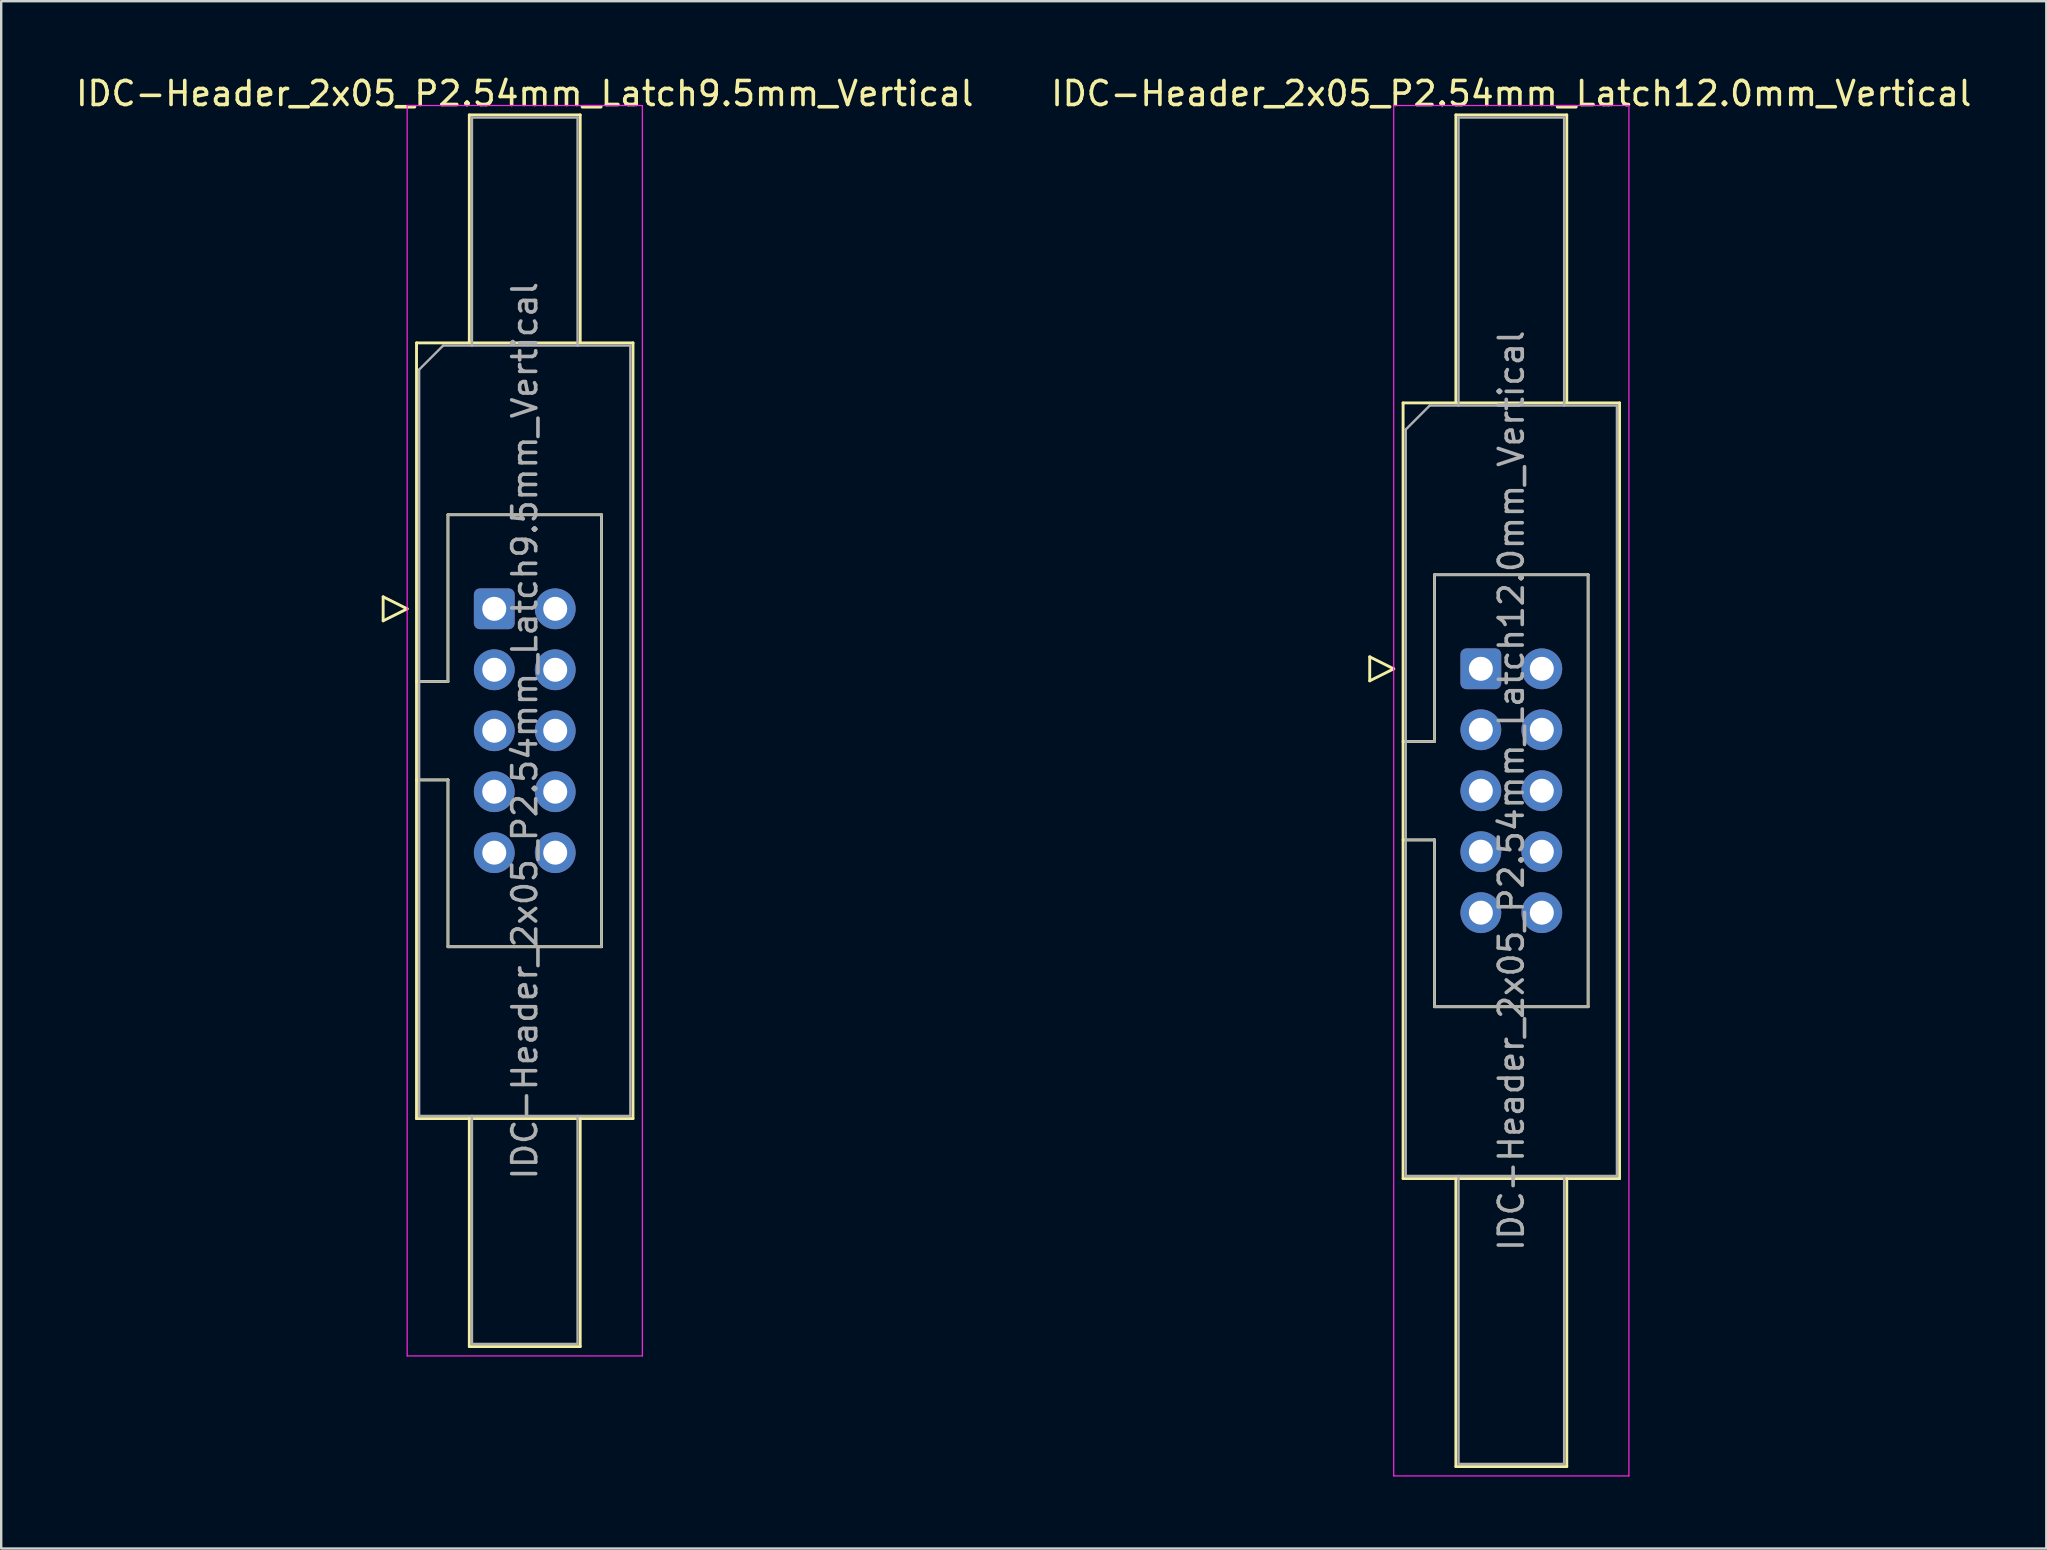
<source format=kicad_pcb>
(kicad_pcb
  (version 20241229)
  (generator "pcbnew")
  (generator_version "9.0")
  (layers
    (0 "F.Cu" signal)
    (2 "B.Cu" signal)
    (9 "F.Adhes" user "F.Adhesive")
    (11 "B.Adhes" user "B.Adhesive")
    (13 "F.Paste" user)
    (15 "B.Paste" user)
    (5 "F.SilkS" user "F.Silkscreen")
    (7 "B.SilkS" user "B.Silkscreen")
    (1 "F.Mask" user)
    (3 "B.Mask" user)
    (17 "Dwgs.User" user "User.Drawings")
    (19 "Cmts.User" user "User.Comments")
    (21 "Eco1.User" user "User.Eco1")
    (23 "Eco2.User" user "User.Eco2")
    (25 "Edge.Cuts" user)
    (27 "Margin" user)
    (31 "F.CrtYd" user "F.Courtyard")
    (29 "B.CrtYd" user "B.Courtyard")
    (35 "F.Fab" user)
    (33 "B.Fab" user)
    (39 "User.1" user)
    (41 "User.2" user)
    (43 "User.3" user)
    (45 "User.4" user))
  (footprint "IDC-Header_2x05_P2.54mm_Latch9.5mm_Vertical"
    (layer "F.Cu")
    (at 17.545 22.318)
    (property "Reference" "IDC-Header_2x05_P2.54mm_Latch9.5mm_Vertical" (at 1.27 -21.47 0) (layer "F.SilkS") (effects (font (size 1 1) (thickness 0.15))))
    (attr through_hole)
    (fp_line (start -4.63 -0.5) (end -4.63 0.5) (stroke (width 0.12) (type solid)) (layer "F.SilkS"))
    (fp_line (start -4.63 0.5) (end -3.63 0) (stroke (width 0.12) (type solid)) (layer "F.SilkS"))
    (fp_line (start -3.63 0) (end -4.63 -0.5) (stroke (width 0.12) (type solid)) (layer "F.SilkS"))
    (fp_line (start -3.24 -11.08) (end 5.78 -11.08) (stroke (width 0.12) (type solid)) (layer "F.SilkS"))
    (fp_line (start -3.24 3.03) (end -1.93 3.03) (stroke (width 0.12) (type solid)) (layer "F.SilkS"))
    (fp_line (start -3.24 21.24) (end -3.24 -11.08) (stroke (width 0.12) (type solid)) (layer "F.SilkS"))
    (fp_line (start -1.93 -3.92) (end 4.47 -3.92) (stroke (width 0.12) (type solid)) (layer "F.SilkS"))
    (fp_line (start -1.93 3.03) (end -1.93 -3.92) (stroke (width 0.12) (type solid)) (layer "F.SilkS"))
    (fp_line (start -1.93 7.13) (end -3.24 7.13) (stroke (width 0.12) (type solid)) (layer "F.SilkS"))
    (fp_line (start -1.93 7.13) (end -1.93 7.13) (stroke (width 0.12) (type solid)) (layer "F.SilkS"))
    (fp_line (start -1.93 14.08) (end -1.93 7.13) (stroke (width 0.12) (type solid)) (layer "F.SilkS"))
    (fp_line (start -1.04 -20.58) (end 3.58 -20.58) (stroke (width 0.12) (type solid)) (layer "F.SilkS"))
    (fp_line (start -1.04 -11.08) (end -1.04 -20.58) (stroke (width 0.12) (type solid)) (layer "F.SilkS"))
    (fp_line (start -1.04 21.24) (end -1.04 30.74) (stroke (width 0.12) (type solid)) (layer "F.SilkS"))
    (fp_line (start -1.04 30.74) (end 3.58 30.74) (stroke (width 0.12) (type solid)) (layer "F.SilkS"))
    (fp_line (start 3.58 -20.58) (end 3.58 -11.08) (stroke (width 0.12) (type solid)) (layer "F.SilkS"))
    (fp_line (start 3.58 30.74) (end 3.58 21.24) (stroke (width 0.12) (type solid)) (layer "F.SilkS"))
    (fp_line (start 4.47 -3.92) (end 4.47 14.08) (stroke (width 0.12) (type solid)) (layer "F.SilkS"))
    (fp_line (start 4.47 14.08) (end -1.93 14.08) (stroke (width 0.12) (type solid)) (layer "F.SilkS"))
    (fp_line (start 5.78 -11.08) (end 5.78 21.24) (stroke (width 0.12) (type solid)) (layer "F.SilkS"))
    (fp_line (start 5.78 21.24) (end -3.24 21.24) (stroke (width 0.12) (type solid)) (layer "F.SilkS"))
    (fp_line (start -3.63 -20.97) (end -3.63 31.13) (stroke (width 0.05) (type solid)) (layer "F.CrtYd"))
    (fp_line (start -3.63 31.13) (end 6.17 31.13) (stroke (width 0.05) (type solid)) (layer "F.CrtYd"))
    (fp_line (start 6.17 -20.97) (end -3.63 -20.97) (stroke (width 0.05) (type solid)) (layer "F.CrtYd"))
    (fp_line (start 6.17 31.13) (end 6.17 -20.97) (stroke (width 0.05) (type solid)) (layer "F.CrtYd"))
    (fp_line (start -3.13 -9.97) (end -2.13 -10.97) (stroke (width 0.1) (type solid)) (layer "F.Fab"))
    (fp_line (start -3.13 3.03) (end -1.93 3.03) (stroke (width 0.1) (type solid)) (layer "F.Fab"))
    (fp_line (start -3.13 21.13) (end -3.13 -9.97) (stroke (width 0.1) (type solid)) (layer "F.Fab"))
    (fp_line (start -2.13 -10.97) (end 5.67 -10.97) (stroke (width 0.1) (type solid)) (layer "F.Fab"))
    (fp_line (start -1.93 -3.92) (end 4.47 -3.92) (stroke (width 0.1) (type solid)) (layer "F.Fab"))
    (fp_line (start -1.93 3.03) (end -1.93 -3.92) (stroke (width 0.1) (type solid)) (layer "F.Fab"))
    (fp_line (start -1.93 7.13) (end -3.13 7.13) (stroke (width 0.1) (type solid)) (layer "F.Fab"))
    (fp_line (start -1.93 7.13) (end -1.93 7.13) (stroke (width 0.1) (type solid)) (layer "F.Fab"))
    (fp_line (start -1.93 14.08) (end -1.93 7.13) (stroke (width 0.1) (type solid)) (layer "F.Fab"))
    (fp_line (start -0.93 -20.47) (end 3.47 -20.47) (stroke (width 0.1) (type solid)) (layer "F.Fab"))
    (fp_line (start -0.93 -10.97) (end -0.93 -20.47) (stroke (width 0.1) (type solid)) (layer "F.Fab"))
    (fp_line (start -0.93 21.13) (end -0.93 30.63) (stroke (width 0.1) (type solid)) (layer "F.Fab"))
    (fp_line (start -0.93 30.63) (end 3.47 30.63) (stroke (width 0.1) (type solid)) (layer "F.Fab"))
    (fp_line (start 3.47 -20.47) (end 3.47 -10.97) (stroke (width 0.1) (type solid)) (layer "F.Fab"))
    (fp_line (start 3.47 30.63) (end 3.47 21.13) (stroke (width 0.1) (type solid)) (layer "F.Fab"))
    (fp_line (start 4.47 -3.92) (end 4.47 14.08) (stroke (width 0.1) (type solid)) (layer "F.Fab"))
    (fp_line (start 4.47 14.08) (end -1.93 14.08) (stroke (width 0.1) (type solid)) (layer "F.Fab"))
    (fp_line (start 5.67 -10.97) (end 5.67 21.13) (stroke (width 0.1) (type solid)) (layer "F.Fab"))
    (fp_line (start 5.67 21.13) (end -3.13 21.13) (stroke (width 0.1) (type solid)) (layer "F.Fab"))
    (fp_text user "${REFERENCE}" (at 1.27 5.08 90) (layer "F.Fab") (effects (font (size 1 1) (thickness 0.15))))
    (pad "1" thru_hole roundrect (at 0 0) (size 1.7 1.7) (drill 1) (layers "*.Cu" "*.Mask") (roundrect_rratio 0.147))
    (pad "2" thru_hole circle (at 2.54 0) (size 1.7 1.7) (drill 1) (layers "*.Cu" "*.Mask"))
    (pad "3" thru_hole circle (at 0 2.54) (size 1.7 1.7) (drill 1) (layers "*.Cu" "*.Mask"))
    (pad "4" thru_hole circle (at 2.54 2.54) (size 1.7 1.7) (drill 1) (layers "*.Cu" "*.Mask"))
    (pad "5" thru_hole circle (at 0 5.08) (size 1.7 1.7) (drill 1) (layers "*.Cu" "*.Mask"))
    (pad "6" thru_hole circle (at 2.54 5.08) (size 1.7 1.7) (drill 1) (layers "*.Cu" "*.Mask"))
    (pad "7" thru_hole circle (at 0 7.62) (size 1.7 1.7) (drill 1) (layers "*.Cu" "*.Mask"))
    (pad "8" thru_hole circle (at 2.54 7.62) (size 1.7 1.7) (drill 1) (layers "*.Cu" "*.Mask"))
    (pad "9" thru_hole circle (at 0 10.16) (size 1.7 1.7) (drill 1) (layers "*.Cu" "*.Mask"))
    (pad "10" thru_hole circle (at 2.54 10.16) (size 1.7 1.7) (drill 1) (layers "*.Cu" "*.Mask")))
  (footprint "IDC-Header_2x05_P2.54mm_Latch12.0mm_Vertical"
    (layer "F.Cu")
    (at 58.653 24.818)
    (property "Reference" "IDC-Header_2x05_P2.54mm_Latch12.0mm_Vertical" (at 1.27 -23.97 0) (layer "F.SilkS") (effects (font (size 1 1) (thickness 0.15))))
    (attr through_hole)
    (fp_line (start -4.63 -0.5) (end -4.63 0.5) (stroke (width 0.12) (type solid)) (layer "F.SilkS"))
    (fp_line (start -4.63 0.5) (end -3.63 0) (stroke (width 0.12) (type solid)) (layer "F.SilkS"))
    (fp_line (start -3.63 0) (end -4.63 -0.5) (stroke (width 0.12) (type solid)) (layer "F.SilkS"))
    (fp_line (start -3.24 -11.08) (end 5.78 -11.08) (stroke (width 0.12) (type solid)) (layer "F.SilkS"))
    (fp_line (start -3.24 3.03) (end -1.93 3.03) (stroke (width 0.12) (type solid)) (layer "F.SilkS"))
    (fp_line (start -3.24 21.24) (end -3.24 -11.08) (stroke (width 0.12) (type solid)) (layer "F.SilkS"))
    (fp_line (start -1.93 -3.92) (end 4.47 -3.92) (stroke (width 0.12) (type solid)) (layer "F.SilkS"))
    (fp_line (start -1.93 3.03) (end -1.93 -3.92) (stroke (width 0.12) (type solid)) (layer "F.SilkS"))
    (fp_line (start -1.93 7.13) (end -3.24 7.13) (stroke (width 0.12) (type solid)) (layer "F.SilkS"))
    (fp_line (start -1.93 7.13) (end -1.93 7.13) (stroke (width 0.12) (type solid)) (layer "F.SilkS"))
    (fp_line (start -1.93 14.08) (end -1.93 7.13) (stroke (width 0.12) (type solid)) (layer "F.SilkS"))
    (fp_line (start -1.04 -23.08) (end 3.58 -23.08) (stroke (width 0.12) (type solid)) (layer "F.SilkS"))
    (fp_line (start -1.04 -11.08) (end -1.04 -23.08) (stroke (width 0.12) (type solid)) (layer "F.SilkS"))
    (fp_line (start -1.04 21.24) (end -1.04 33.24) (stroke (width 0.12) (type solid)) (layer "F.SilkS"))
    (fp_line (start -1.04 33.24) (end 3.58 33.24) (stroke (width 0.12) (type solid)) (layer "F.SilkS"))
    (fp_line (start 3.58 -23.08) (end 3.58 -11.08) (stroke (width 0.12) (type solid)) (layer "F.SilkS"))
    (fp_line (start 3.58 33.24) (end 3.58 21.24) (stroke (width 0.12) (type solid)) (layer "F.SilkS"))
    (fp_line (start 4.47 -3.92) (end 4.47 14.08) (stroke (width 0.12) (type solid)) (layer "F.SilkS"))
    (fp_line (start 4.47 14.08) (end -1.93 14.08) (stroke (width 0.12) (type solid)) (layer "F.SilkS"))
    (fp_line (start 5.78 -11.08) (end 5.78 21.24) (stroke (width 0.12) (type solid)) (layer "F.SilkS"))
    (fp_line (start 5.78 21.24) (end -3.24 21.24) (stroke (width 0.12) (type solid)) (layer "F.SilkS"))
    (fp_line (start -3.63 -23.47) (end -3.63 33.63) (stroke (width 0.05) (type solid)) (layer "F.CrtYd"))
    (fp_line (start -3.63 33.63) (end 6.17 33.63) (stroke (width 0.05) (type solid)) (layer "F.CrtYd"))
    (fp_line (start 6.17 -23.47) (end -3.63 -23.47) (stroke (width 0.05) (type solid)) (layer "F.CrtYd"))
    (fp_line (start 6.17 33.63) (end 6.17 -23.47) (stroke (width 0.05) (type solid)) (layer "F.CrtYd"))
    (fp_line (start -3.13 -9.97) (end -2.13 -10.97) (stroke (width 0.1) (type solid)) (layer "F.Fab"))
    (fp_line (start -3.13 3.03) (end -1.93 3.03) (stroke (width 0.1) (type solid)) (layer "F.Fab"))
    (fp_line (start -3.13 21.13) (end -3.13 -9.97) (stroke (width 0.1) (type solid)) (layer "F.Fab"))
    (fp_line (start -2.13 -10.97) (end 5.67 -10.97) (stroke (width 0.1) (type solid)) (layer "F.Fab"))
    (fp_line (start -1.93 -3.92) (end 4.47 -3.92) (stroke (width 0.1) (type solid)) (layer "F.Fab"))
    (fp_line (start -1.93 3.03) (end -1.93 -3.92) (stroke (width 0.1) (type solid)) (layer "F.Fab"))
    (fp_line (start -1.93 7.13) (end -3.13 7.13) (stroke (width 0.1) (type solid)) (layer "F.Fab"))
    (fp_line (start -1.93 7.13) (end -1.93 7.13) (stroke (width 0.1) (type solid)) (layer "F.Fab"))
    (fp_line (start -1.93 14.08) (end -1.93 7.13) (stroke (width 0.1) (type solid)) (layer "F.Fab"))
    (fp_line (start -0.93 -22.97) (end 3.47 -22.97) (stroke (width 0.1) (type solid)) (layer "F.Fab"))
    (fp_line (start -0.93 -10.97) (end -0.93 -22.97) (stroke (width 0.1) (type solid)) (layer "F.Fab"))
    (fp_line (start -0.93 21.13) (end -0.93 33.13) (stroke (width 0.1) (type solid)) (layer "F.Fab"))
    (fp_line (start -0.93 33.13) (end 3.47 33.13) (stroke (width 0.1) (type solid)) (layer "F.Fab"))
    (fp_line (start 3.47 -22.97) (end 3.47 -10.97) (stroke (width 0.1) (type solid)) (layer "F.Fab"))
    (fp_line (start 3.47 33.13) (end 3.47 21.13) (stroke (width 0.1) (type solid)) (layer "F.Fab"))
    (fp_line (start 4.47 -3.92) (end 4.47 14.08) (stroke (width 0.1) (type solid)) (layer "F.Fab"))
    (fp_line (start 4.47 14.08) (end -1.93 14.08) (stroke (width 0.1) (type solid)) (layer "F.Fab"))
    (fp_line (start 5.67 -10.97) (end 5.67 21.13) (stroke (width 0.1) (type solid)) (layer "F.Fab"))
    (fp_line (start 5.67 21.13) (end -3.13 21.13) (stroke (width 0.1) (type solid)) (layer "F.Fab"))
    (fp_text user "${REFERENCE}" (at 1.27 5.08 90) (layer "F.Fab") (effects (font (size 1 1) (thickness 0.15))))
    (pad "1" thru_hole roundrect (at 0 0) (size 1.7 1.7) (drill 1) (layers "*.Cu" "*.Mask") (roundrect_rratio 0.147))
    (pad "2" thru_hole circle (at 2.54 0) (size 1.7 1.7) (drill 1) (layers "*.Cu" "*.Mask"))
    (pad "3" thru_hole circle (at 0 2.54) (size 1.7 1.7) (drill 1) (layers "*.Cu" "*.Mask"))
    (pad "4" thru_hole circle (at 2.54 2.54) (size 1.7 1.7) (drill 1) (layers "*.Cu" "*.Mask"))
    (pad "5" thru_hole circle (at 0 5.08) (size 1.7 1.7) (drill 1) (layers "*.Cu" "*.Mask"))
    (pad "6" thru_hole circle (at 2.54 5.08) (size 1.7 1.7) (drill 1) (layers "*.Cu" "*.Mask"))
    (pad "7" thru_hole circle (at 0 7.62) (size 1.7 1.7) (drill 1) (layers "*.Cu" "*.Mask"))
    (pad "8" thru_hole circle (at 2.54 7.62) (size 1.7 1.7) (drill 1) (layers "*.Cu" "*.Mask"))
    (pad "9" thru_hole circle (at 0 10.16) (size 1.7 1.7) (drill 1) (layers "*.Cu" "*.Mask"))
    (pad "10" thru_hole circle (at 2.54 10.16) (size 1.7 1.7) (drill 1) (layers "*.Cu" "*.Mask")))
  (gr_rect
    (start -3 -3)
    (end 82.214 61.473)
    (stroke (width 0.1) (type default))
    (fill no)
    (layer "Edge.Cuts")))
</source>
